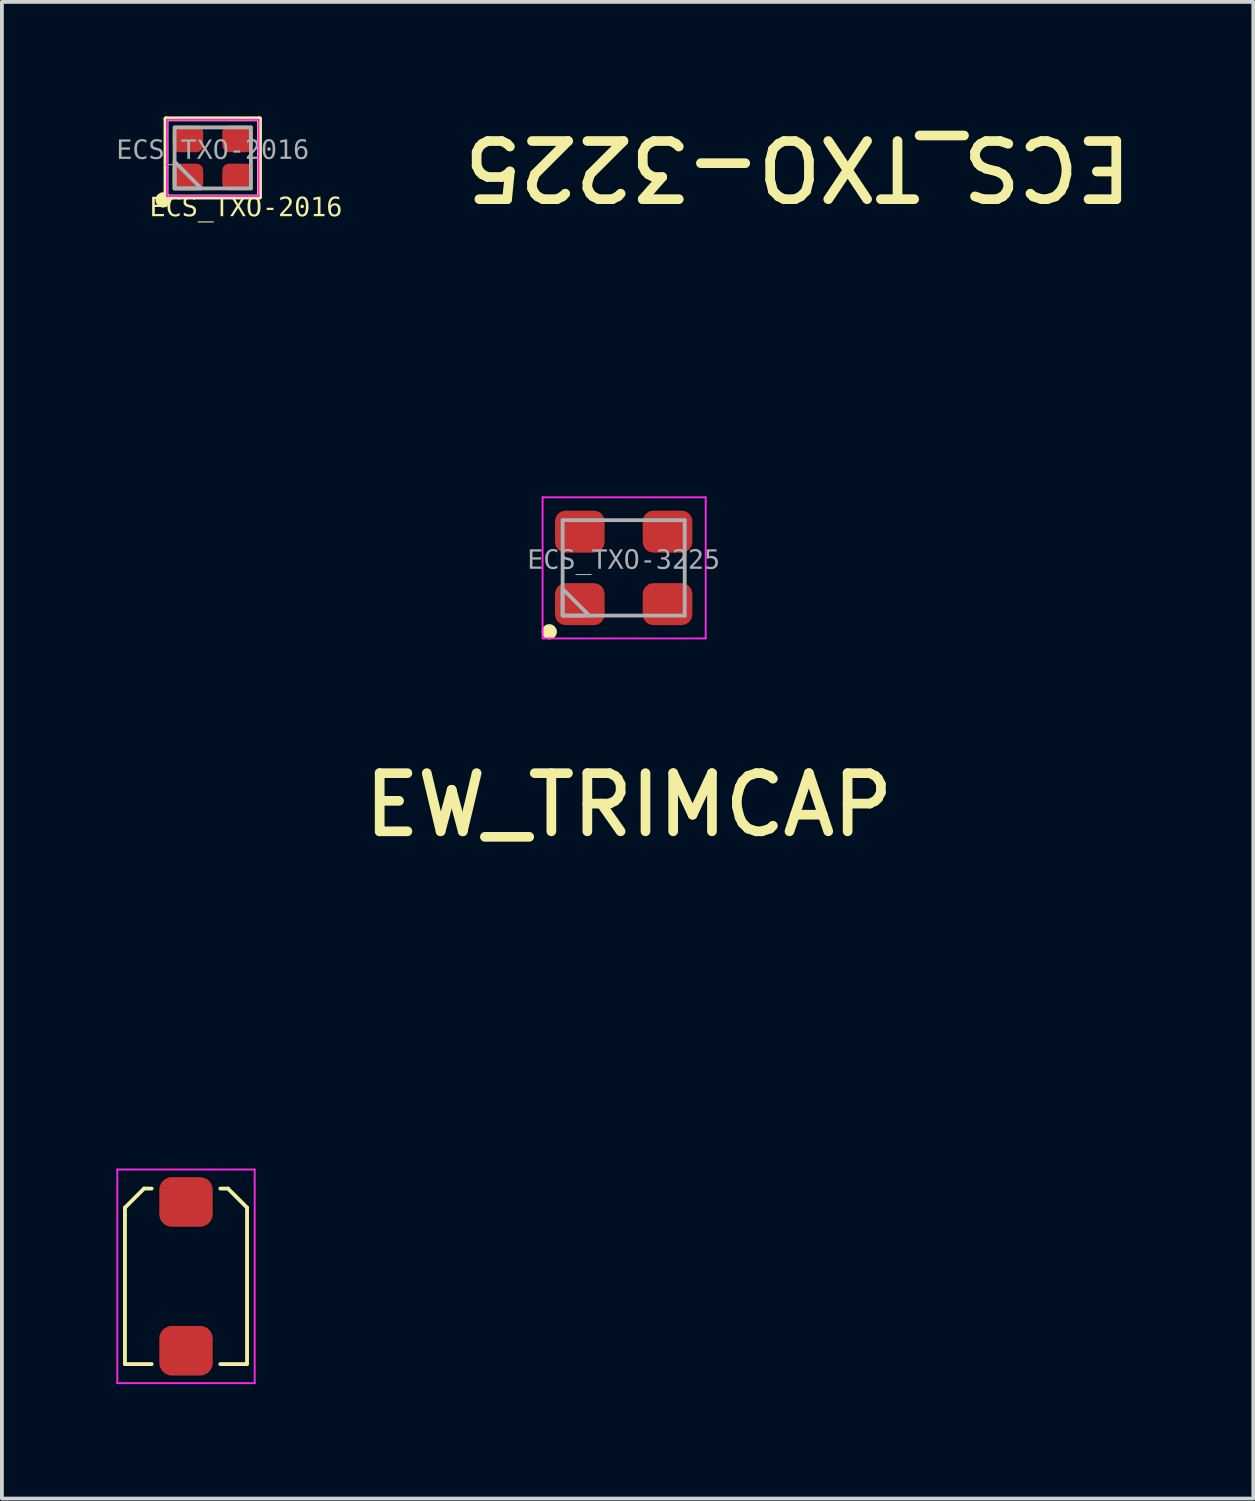
<source format=kicad_pcb>
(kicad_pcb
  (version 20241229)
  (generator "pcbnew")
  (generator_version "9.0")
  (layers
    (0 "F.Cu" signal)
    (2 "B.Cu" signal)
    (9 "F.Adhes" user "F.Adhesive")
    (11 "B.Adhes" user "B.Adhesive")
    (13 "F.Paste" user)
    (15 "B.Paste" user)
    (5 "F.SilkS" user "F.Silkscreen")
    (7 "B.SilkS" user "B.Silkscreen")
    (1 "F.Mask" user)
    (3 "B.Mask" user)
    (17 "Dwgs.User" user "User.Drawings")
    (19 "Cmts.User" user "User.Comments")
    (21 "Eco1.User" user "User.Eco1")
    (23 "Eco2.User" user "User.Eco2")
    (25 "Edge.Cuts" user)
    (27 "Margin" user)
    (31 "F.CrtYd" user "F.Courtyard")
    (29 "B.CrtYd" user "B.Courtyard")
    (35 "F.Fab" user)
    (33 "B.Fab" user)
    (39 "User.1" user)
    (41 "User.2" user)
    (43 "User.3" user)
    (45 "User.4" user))
  (footprint "ECS_TXO-3225"
    (layer "F.Cu")
    (at 13.296 11.834)
    (property "Reference" "ECS_TXO-3225" (at 4.565 -10.496 180) (unlocked yes) (layer "F.SilkS") (effects (font (size 1.524 1.524) (thickness 0.254))))
    (fp_circle (center -1.95 1.675) (end -1.95 1.775) (stroke (width 0.2) (type solid)) (fill no) (layer "F.SilkS"))
    (fp_line (start -2.125 -1.85) (end -2.125 1.85) (stroke (width 0.05) (type solid)) (layer "F.CrtYd"))
    (fp_line (start 2.15 -1.85) (end -2.125 -1.85) (stroke (width 0.05) (type solid)) (layer "F.CrtYd"))
    (fp_line (start 2.15 -1.85) (end 2.15 1.85) (stroke (width 0.05) (type solid)) (layer "F.CrtYd"))
    (fp_line (start 2.15 1.85) (end -2.125 1.85) (stroke (width 0.05) (type solid)) (layer "F.CrtYd"))
    (fp_line (start -1.6 -1.25) (end -1.6 1.25) (stroke (width 0.1) (type solid)) (layer "F.Fab"))
    (fp_line (start 1.6 -1.25) (end -1.6 -1.25) (stroke (width 0.1) (type solid)) (layer "F.Fab"))
    (fp_line (start 1.6 -1.25) (end 1.6 1.25) (stroke (width 0.1) (type solid)) (layer "F.Fab"))
    (fp_line (start 1.6 1.25) (end -1.6 1.25) (stroke (width 0.1) (type solid)) (layer "F.Fab"))
    (fp_poly (pts (xy -0.9 1.25) (xy -1.6 0.55) (xy -1.6 1.25)) (stroke (width 0.1) (type default)) (fill no) (layer "F.Fab"))
    (fp_line (start 0 -0.3) (end 0 0.3) (stroke (width 0.1) (type solid)) (layer "User.1"))
    (fp_line (start 0.3 0) (end -0.3 0) (stroke (width 0.1) (type solid)) (layer "User.1"))
    (fp_text user "${REFERENCE}" (at 0 -0.184 0) (unlocked yes) (layer "F.Fab") (effects (font (face "Consolas") (size 0.5 0.5) (thickness 0.254))))
    (pad "1" smd roundrect (at -1.15 0.95) (size 1.3 1.1) (layers "F.Cu" "F.Mask" "F.Paste") (roundrect_rratio 0.25))
    (pad "2" smd roundrect (at 1.15 0.95 180) (size 1.3 1.1) (layers "F.Cu" "F.Mask" "F.Paste") (roundrect_rratio 0.25))
    (pad "3" smd roundrect (at 1.15 -0.95 180) (size 1.3 1.1) (layers "F.Cu" "F.Mask" "F.Paste") (roundrect_rratio 0.25))
    (pad "4" smd roundrect (at -1.15 -0.95) (size 1.3 1.1) (layers "F.Cu" "F.Mask" "F.Paste") (roundrect_rratio 0.25)))
  (footprint "ECS_TXO-2016"
    (layer "F.Cu")
    (at 2.526 1.089)
    (property "Reference" "ECS_TXO-2016" (at 0.871 1.32 0) (unlocked yes) (layer "F.SilkS") (effects (font (face "Consolas") (size 0.5 0.5) (thickness 0.254))))
    (fp_line (start -1.225 -1.025) (end -1.225 1.025) (stroke (width 0.127) (type solid)) (layer "F.SilkS"))
    (fp_line (start 1.225 -1.025) (end -1.225 -1.025) (stroke (width 0.127) (type solid)) (layer "F.SilkS"))
    (fp_line (start 1.225 -1.025) (end 1.225 1.025) (stroke (width 0.127) (type solid)) (layer "F.SilkS"))
    (fp_line (start 1.225 1.025) (end -1.225 1.025) (stroke (width 0.127) (type solid)) (layer "F.SilkS"))
    (fp_circle (center -1.3 1.1) (end -1.3 1.2) (stroke (width 0.2) (type solid)) (fill no) (layer "F.SilkS"))
    (fp_line (start -1.2 -1) (end -1.2 1) (stroke (width 0.05) (type solid)) (layer "F.CrtYd"))
    (fp_line (start 1.2 -1) (end -1.2 -1) (stroke (width 0.05) (type solid)) (layer "F.CrtYd"))
    (fp_line (start 1.2 -1) (end 1.2 1) (stroke (width 0.05) (type solid)) (layer "F.CrtYd"))
    (fp_line (start 1.2 1) (end -1.2 1) (stroke (width 0.05) (type solid)) (layer "F.CrtYd"))
    (fp_line (start -1 -0.8) (end -1 0.8) (stroke (width 0.1) (type solid)) (layer "F.Fab"))
    (fp_line (start 1 -0.8) (end -1 -0.8) (stroke (width 0.1) (type solid)) (layer "F.Fab"))
    (fp_line (start 1 -0.8) (end 1 0.8) (stroke (width 0.1) (type solid)) (layer "F.Fab"))
    (fp_line (start 1 0.8) (end -1 0.8) (stroke (width 0.1) (type solid)) (layer "F.Fab"))
    (fp_poly (pts (xy -0.3 0.8) (xy -1 0.1) (xy -1 0.8)) (stroke (width 0.1) (type default)) (fill no) (layer "F.Fab"))
    (fp_line (start 0 -0.3) (end 0 0.3) (stroke (width 0.1) (type solid)) (layer "User.1"))
    (fp_line (start 0.3 0) (end -0.3 0) (stroke (width 0.1) (type solid)) (layer "User.1"))
    (fp_text user "${REFERENCE}" (at 0.000005 -0.182 0) (unlocked yes) (layer "F.Fab") (effects (font (face "Consolas") (size 0.5 0.5) (thickness 0.254))))
    (pad "1" smd roundrect (at -0.65 0.5) (size 0.8 0.7) (layers "F.Cu" "F.Mask" "F.Paste") (roundrect_rratio 0.25))
    (pad "2" smd roundrect (at 0.65 0.5 180) (size 0.8 0.7) (layers "F.Cu" "F.Mask" "F.Paste") (roundrect_rratio 0.25))
    (pad "3" smd roundrect (at 0.65 -0.5 180) (size 0.8 0.7) (layers "F.Cu" "F.Mask" "F.Paste") (roundrect_rratio 0.25))
    (pad "4" smd roundrect (at -0.65 -0.5) (size 0.8 0.7) (layers "F.Cu" "F.Mask" "F.Paste") (roundrect_rratio 0.25)))
  (footprint "EW_TRIMCAP"
    (layer "F.Cu")
    (at 1.825 30.402)
    (property "Reference" "EW_TRIMCAP" (at 11.608 -12.356 0) (unlocked yes) (layer "F.SilkS") (effects (font (size 1.524 1.524) (thickness 0.254))))
    (fp_line (start -1.6 -1.8) (end -1.1 -2.3) (stroke (width 0.1) (type solid)) (layer "F.SilkS"))
    (fp_line (start -1.6 -1.6) (end -1.6 -1.8) (stroke (width 0.1) (type solid)) (layer "F.SilkS"))
    (fp_line (start -1.6 2.3) (end -1.6 -1.6) (stroke (width 0.1) (type solid)) (layer "F.SilkS"))
    (fp_line (start -1.6 2.3) (end -0.9 2.3) (stroke (width 0.1) (type solid)) (layer "F.SilkS"))
    (fp_line (start -1.1 -2.3) (end -0.9 -2.3) (stroke (width 0.1) (type solid)) (layer "F.SilkS"))
    (fp_line (start 0.9 -2.3) (end 1.1 -2.3) (stroke (width 0.1) (type solid)) (layer "F.SilkS"))
    (fp_line (start 0.9 2.3) (end 1.6 2.3) (stroke (width 0.1) (type solid)) (layer "F.SilkS"))
    (fp_line (start 1.1 -2.3) (end 1.6 -1.8) (stroke (width 0.1) (type solid)) (layer "F.SilkS"))
    (fp_line (start 1.6 2.3) (end 1.6 -1.8) (stroke (width 0.1) (type solid)) (layer "F.SilkS"))
    (fp_line (start -1.8 -2.8) (end 1.8 -2.8) (stroke (width 0.05) (type solid)) (layer "F.CrtYd"))
    (fp_line (start -1.8 2.8) (end -1.8 -2.8) (stroke (width 0.05) (type solid)) (layer "F.CrtYd"))
    (fp_line (start -1.8 2.8) (end 1.8 2.8) (stroke (width 0.05) (type solid)) (layer "F.CrtYd"))
    (fp_line (start 1.8 2.8) (end 1.8 -2.8) (stroke (width 0.05) (type solid)) (layer "F.CrtYd"))
    (fp_line (start -0.3 0) (end 0.3 0) (stroke (width 0.1) (type solid)) (layer "User.1"))
    (fp_line (start 0 0.3) (end 0 -0.3) (stroke (width 0.1) (type solid)) (layer "User.1"))
    (fp_line (start -1.6 -1.8) (end -1.1 -2.3) (stroke (width 0.1) (type solid)) (layer "User.9"))
    (fp_line (start -1.6 -1.6) (end -1.6 -1.8) (stroke (width 0.1) (type solid)) (layer "User.9"))
    (fp_line (start -1.6 2.3) (end -1.6 -1.6) (stroke (width 0.1) (type solid)) (layer "User.9"))
    (fp_line (start -1.6 2.3) (end 0.9 2.3) (stroke (width 0.1) (type solid)) (layer "User.9"))
    (fp_line (start -1.1 -2.3) (end 0.9 -2.3) (stroke (width 0.1) (type solid)) (layer "User.9"))
    (fp_line (start 0.9 -2.3) (end 1.1 -2.3) (stroke (width 0.1) (type solid)) (layer "User.9"))
    (fp_line (start 0.9 2.3) (end 1.6 2.3) (stroke (width 0.1) (type solid)) (layer "User.9"))
    (fp_line (start 1.1 -2.3) (end 1.6 -1.8) (stroke (width 0.1) (type solid)) (layer "User.9"))
    (fp_line (start 1.6 2.3) (end 1.6 -1.8) (stroke (width 0.1) (type solid)) (layer "User.9"))
    (fp_text user "${REFERENCE}" (at -0.185 -0.000005 90) (unlocked yes) (layer "User.9") (effects (font (face "Consolas") (size 0.5 0.5) (thickness 0.254))))
    (pad "1" smd roundrect (at 0 -1.95) (size 1.4 1.3) (layers "F.Cu" "F.Mask" "F.Paste") (roundrect_rratio 0.25))
    (pad "2" smd roundrect (at 0 1.95) (size 1.4 1.3) (layers "F.Cu" "F.Mask" "F.Paste") (roundrect_rratio 0.25)))
  (gr_rect
    (start -3 -3)
    (end 29.799 36.227)
    (stroke (width 0.1) (type default))
    (fill no)
    (layer "Edge.Cuts")))
</source>
